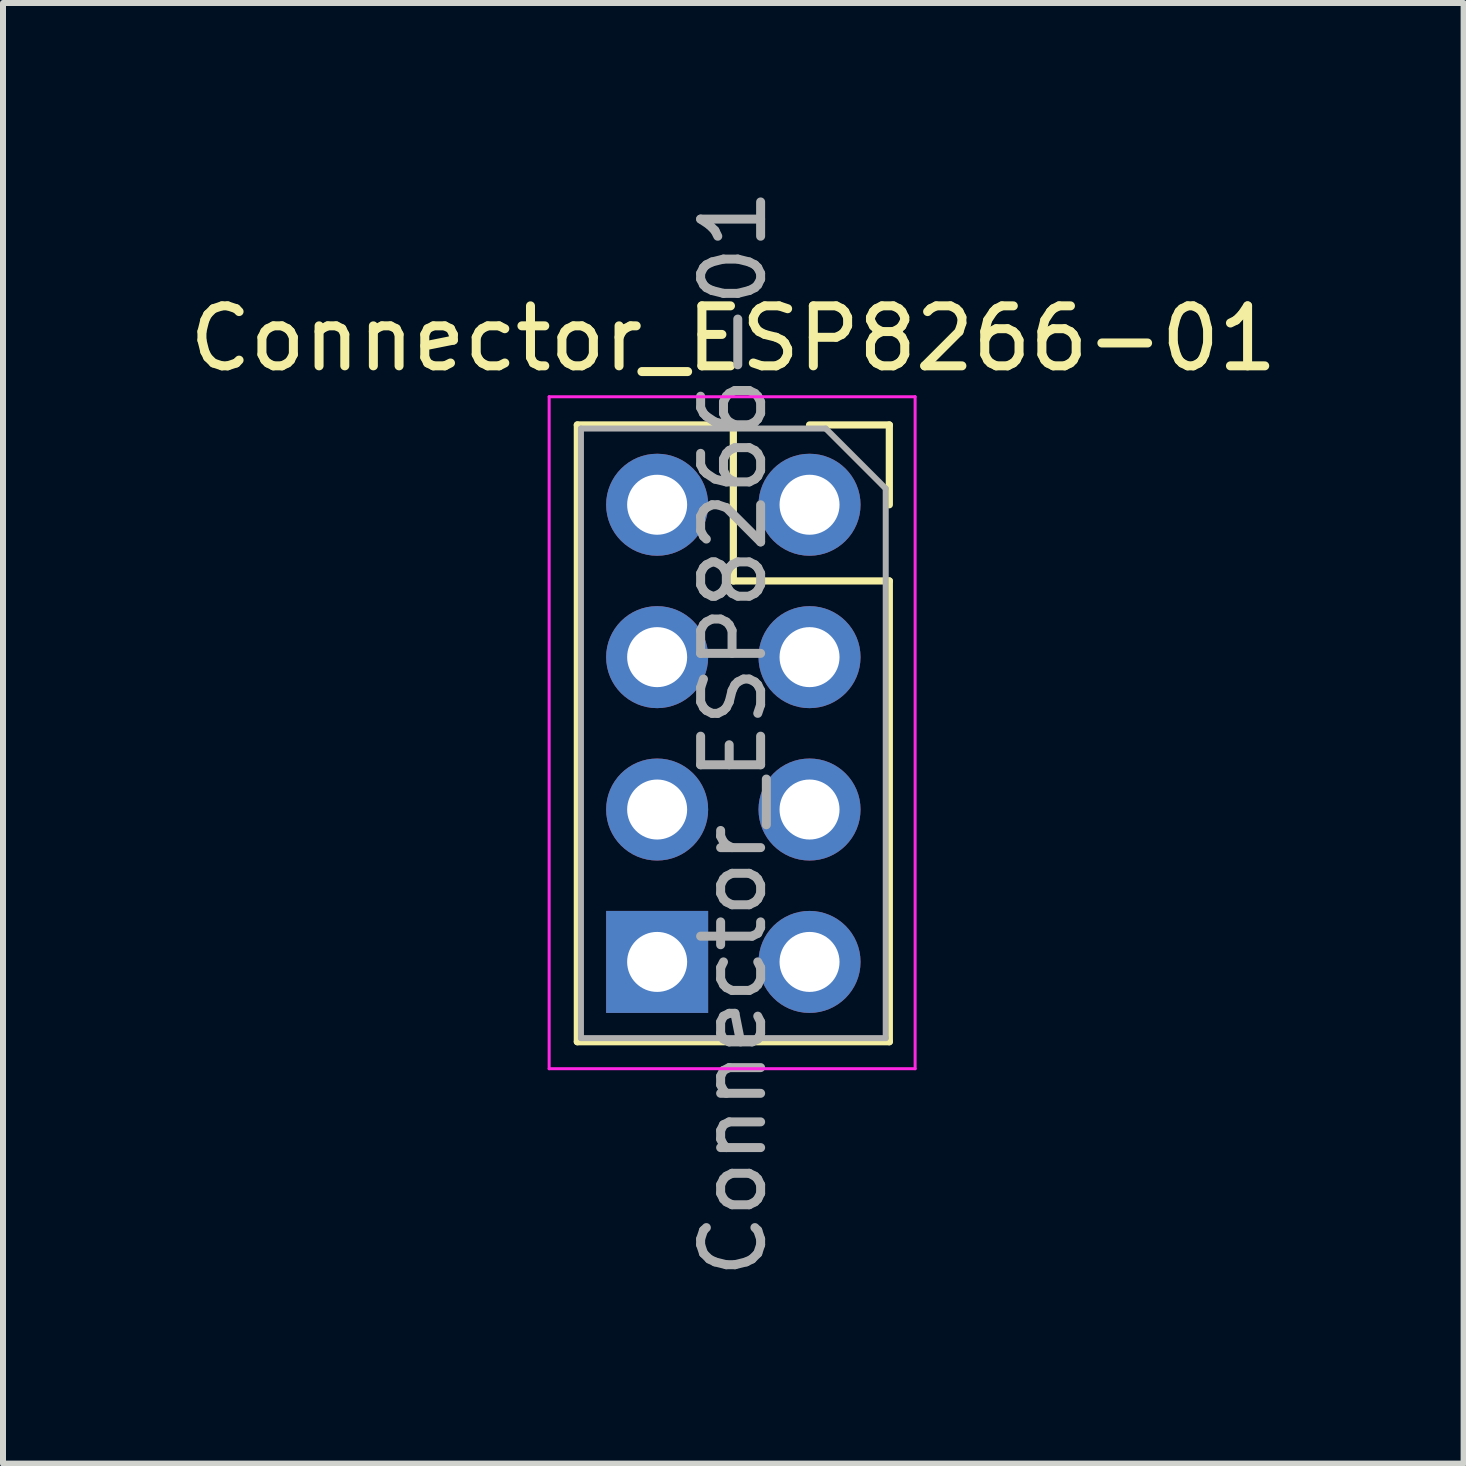
<source format=kicad_pcb>
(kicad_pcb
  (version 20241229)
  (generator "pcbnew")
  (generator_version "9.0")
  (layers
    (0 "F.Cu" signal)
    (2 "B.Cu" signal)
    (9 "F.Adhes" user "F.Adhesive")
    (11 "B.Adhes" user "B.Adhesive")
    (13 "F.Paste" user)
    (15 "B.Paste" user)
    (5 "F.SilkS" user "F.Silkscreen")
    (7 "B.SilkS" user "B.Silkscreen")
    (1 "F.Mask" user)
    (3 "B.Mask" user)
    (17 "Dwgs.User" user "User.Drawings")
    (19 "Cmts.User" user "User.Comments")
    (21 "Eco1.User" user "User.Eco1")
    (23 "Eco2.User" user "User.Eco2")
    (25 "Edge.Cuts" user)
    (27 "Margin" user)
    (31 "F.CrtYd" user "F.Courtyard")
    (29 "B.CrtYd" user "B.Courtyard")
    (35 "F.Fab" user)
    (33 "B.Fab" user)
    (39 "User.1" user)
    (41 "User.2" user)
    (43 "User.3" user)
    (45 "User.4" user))
  (footprint "Connector_ESP8266-01"
    (layer "F.Cu")
    (at 10.443 5.363)
    (property "Reference" "Connector_ESP8266-01" (at -1.27 -2.77 0) (layer "F.SilkS") (effects (font (size 1 1) (thickness 0.15))))
    (attr through_hole)
    (fp_line (start -3.87 -1.33) (end -3.87 8.95) (stroke (width 0.12) (type solid)) (layer "F.SilkS"))
    (fp_line (start -3.87 -1.33) (end -1.27 -1.33) (stroke (width 0.12) (type solid)) (layer "F.SilkS"))
    (fp_line (start -3.87 8.95) (end 1.33 8.95) (stroke (width 0.12) (type solid)) (layer "F.SilkS"))
    (fp_line (start -1.27 -1.33) (end -1.27 1.27) (stroke (width 0.12) (type solid)) (layer "F.SilkS"))
    (fp_line (start -1.27 1.27) (end 1.33 1.27) (stroke (width 0.12) (type solid)) (layer "F.SilkS"))
    (fp_line (start 0 -1.33) (end 1.33 -1.33) (stroke (width 0.12) (type solid)) (layer "F.SilkS"))
    (fp_line (start 1.33 -1.33) (end 1.33 0) (stroke (width 0.12) (type solid)) (layer "F.SilkS"))
    (fp_line (start 1.33 1.27) (end 1.33 8.95) (stroke (width 0.12) (type solid)) (layer "F.SilkS"))
    (fp_line (start -4.34 -1.8) (end 1.76 -1.8) (stroke (width 0.05) (type solid)) (layer "F.CrtYd"))
    (fp_line (start -4.34 9.4) (end -4.34 -1.8) (stroke (width 0.05) (type solid)) (layer "F.CrtYd"))
    (fp_line (start 1.76 -1.8) (end 1.76 9.4) (stroke (width 0.05) (type solid)) (layer "F.CrtYd"))
    (fp_line (start 1.76 9.4) (end -4.34 9.4) (stroke (width 0.05) (type solid)) (layer "F.CrtYd"))
    (fp_line (start -3.81 -1.27) (end 0.27 -1.27) (stroke (width 0.1) (type solid)) (layer "F.Fab"))
    (fp_line (start -3.81 8.89) (end -3.81 -1.27) (stroke (width 0.1) (type solid)) (layer "F.Fab"))
    (fp_line (start 0.27 -1.27) (end 1.27 -0.27) (stroke (width 0.1) (type solid)) (layer "F.Fab"))
    (fp_line (start 1.27 -0.27) (end 1.27 8.89) (stroke (width 0.1) (type solid)) (layer "F.Fab"))
    (fp_line (start 1.27 8.89) (end -3.81 8.89) (stroke (width 0.1) (type solid)) (layer "F.Fab"))
    (fp_text user "${REFERENCE}" (at -1.27 3.81 90) (layer "F.Fab") (effects (font (size 1 1) (thickness 0.15))))
    (pad "1" thru_hole rect (at -2.54 7.62) (size 1.7 1.7) (drill 1) (layers "*.Cu" "*.Mask"))
    (pad "2" thru_hole oval (at -2.54 5.08) (size 1.7 1.7) (drill 1) (layers "*.Cu" "*.Mask"))
    (pad "3" thru_hole oval (at -2.54 2.54) (size 1.7 1.7) (drill 1) (layers "*.Cu" "*.Mask"))
    (pad "4" thru_hole oval (at -2.54 0) (size 1.7 1.7) (drill 1) (layers "*.Cu" "*.Mask"))
    (pad "5" thru_hole oval (at 0 0) (size 1.7 1.7) (drill 1) (layers "*.Cu" "*.Mask"))
    (pad "6" thru_hole oval (at 0 2.54) (size 1.7 1.7) (drill 1) (layers "*.Cu" "*.Mask"))
    (pad "7" thru_hole oval (at 0 5.08) (size 1.7 1.7) (drill 1) (layers "*.Cu" "*.Mask"))
    (pad "8" thru_hole oval (at 0 7.62) (size 1.7 1.7) (drill 1) (layers "*.Cu" "*.Mask")))
  (gr_rect
    (start -3 -3)
    (end 21.345 21.345)
    (stroke (width 0.1) (type default))
    (fill no)
    (layer "Edge.Cuts")))
</source>
